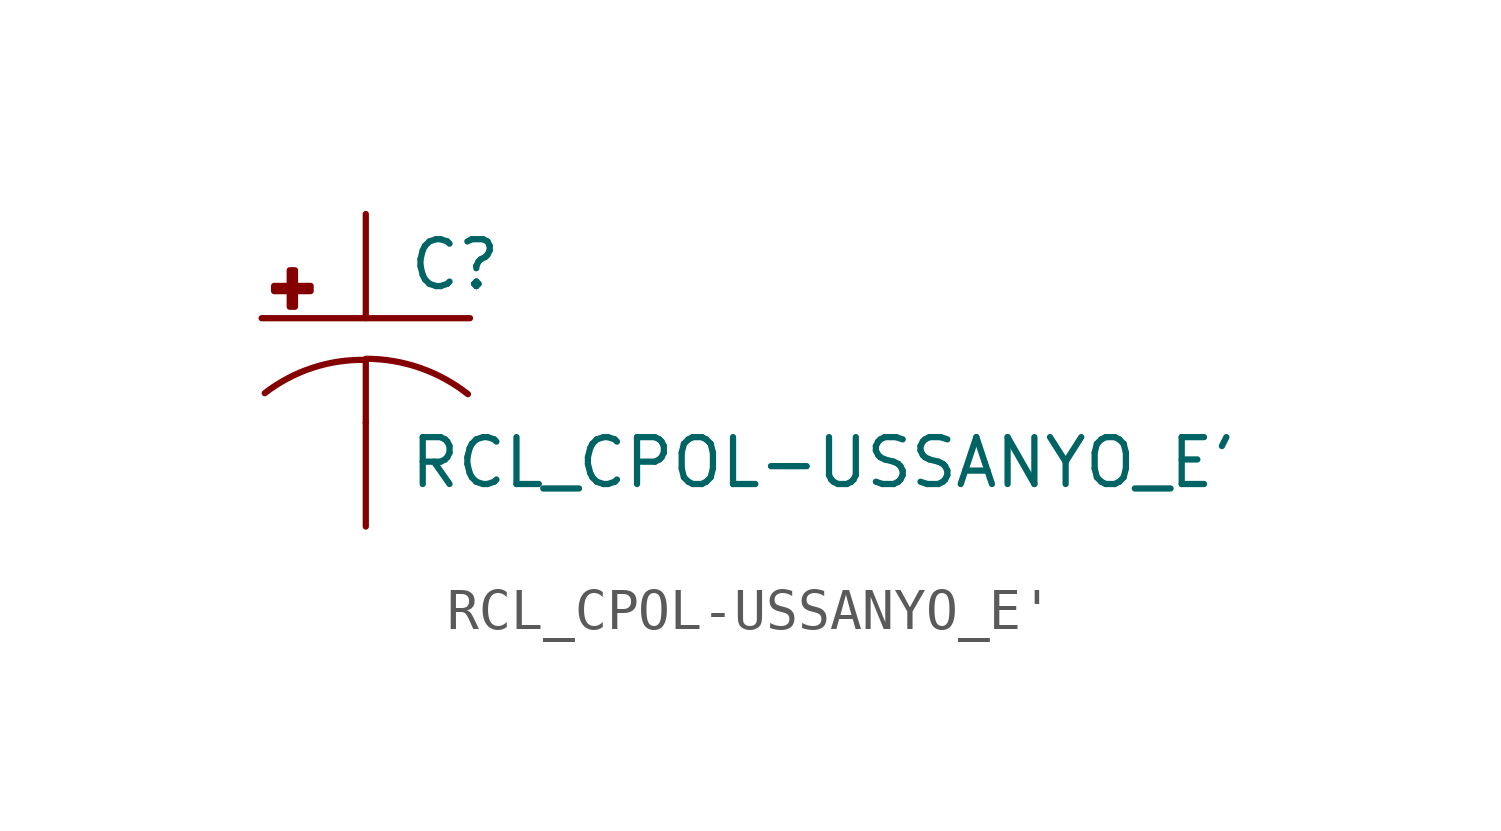
<source format=kicad_sym>
(kicad_symbol_lib
  (version 20210619)
  (generator kicad_symbol_editor)
  (symbol "RCL_CPOL-USSANYO_E'"
    (pin_numbers hide)
    (pin_names
      (offset 1.016) hide)
    (property "Reference" "C"
      (at 1.016 0.635 0)
      (effects (font (size 1.143 1.143)) (justify left bottom)))
    (property "Value" "RCL_CPOL-USSANYO_E'"
      (at 1.016 -4.191 0)
      (effects (font (size 1.143 1.143)) (justify left bottom)))
    (property "ki_locked" ""
      (at 0 0 0)
      (effects (font (size 1.27 1.27))))
    (symbol "RCL_CPOL-USSANYO_E'_1_0"
      (polyline (pts (xy -2.54 0) (xy 2.54 0)) (stroke (width 0)) (fill (type none)))
      (polyline (pts (xy 0 -1.016) (xy 0 -2.54)) (stroke (width 0)) (fill (type none)))
      (polyline (pts (xy 0 -1.016) (xy 0 -1.016)) (stroke (width 0)) (fill (type none))))
    (symbol "RCL_CPOL-USSANYO_E'_1_1"
      (arc (start 0 -1.016) (end -2.4638 -1.8288) (radius (at 0 -5.0546) (length 4.0386) (angles 90.1 127.3)) (stroke (width 0)) (fill (type none)))
      (arc (start 2.4892 -1.8542) (end 0 -0.9906) (radius (at 0 -5.0292) (length 4.0386) (angles 52.3 89.9)) (stroke (width 0)) (fill (type none)))
      (rectangle (start -2.235 0.66) (end -1.346 0.787) (stroke (width 0)) (fill (type outline)))
      (rectangle (start -1.854 0.279) (end -1.727 1.168) (stroke (width 0)) (fill (type outline)))
      (pin passive line (at 0 2.54 270) (length 2.54) (name "+" (effects (font (size 1.016 1.016)))) (number "+" (effects (font (size 1.016 1.016)))))
      (pin passive line (at 0 -5.08 90) (length 2.54) (name "-" (effects (font (size 1.016 1.016)))) (number "-" (effects (font (size 1.016 1.016))))))))
</source>
